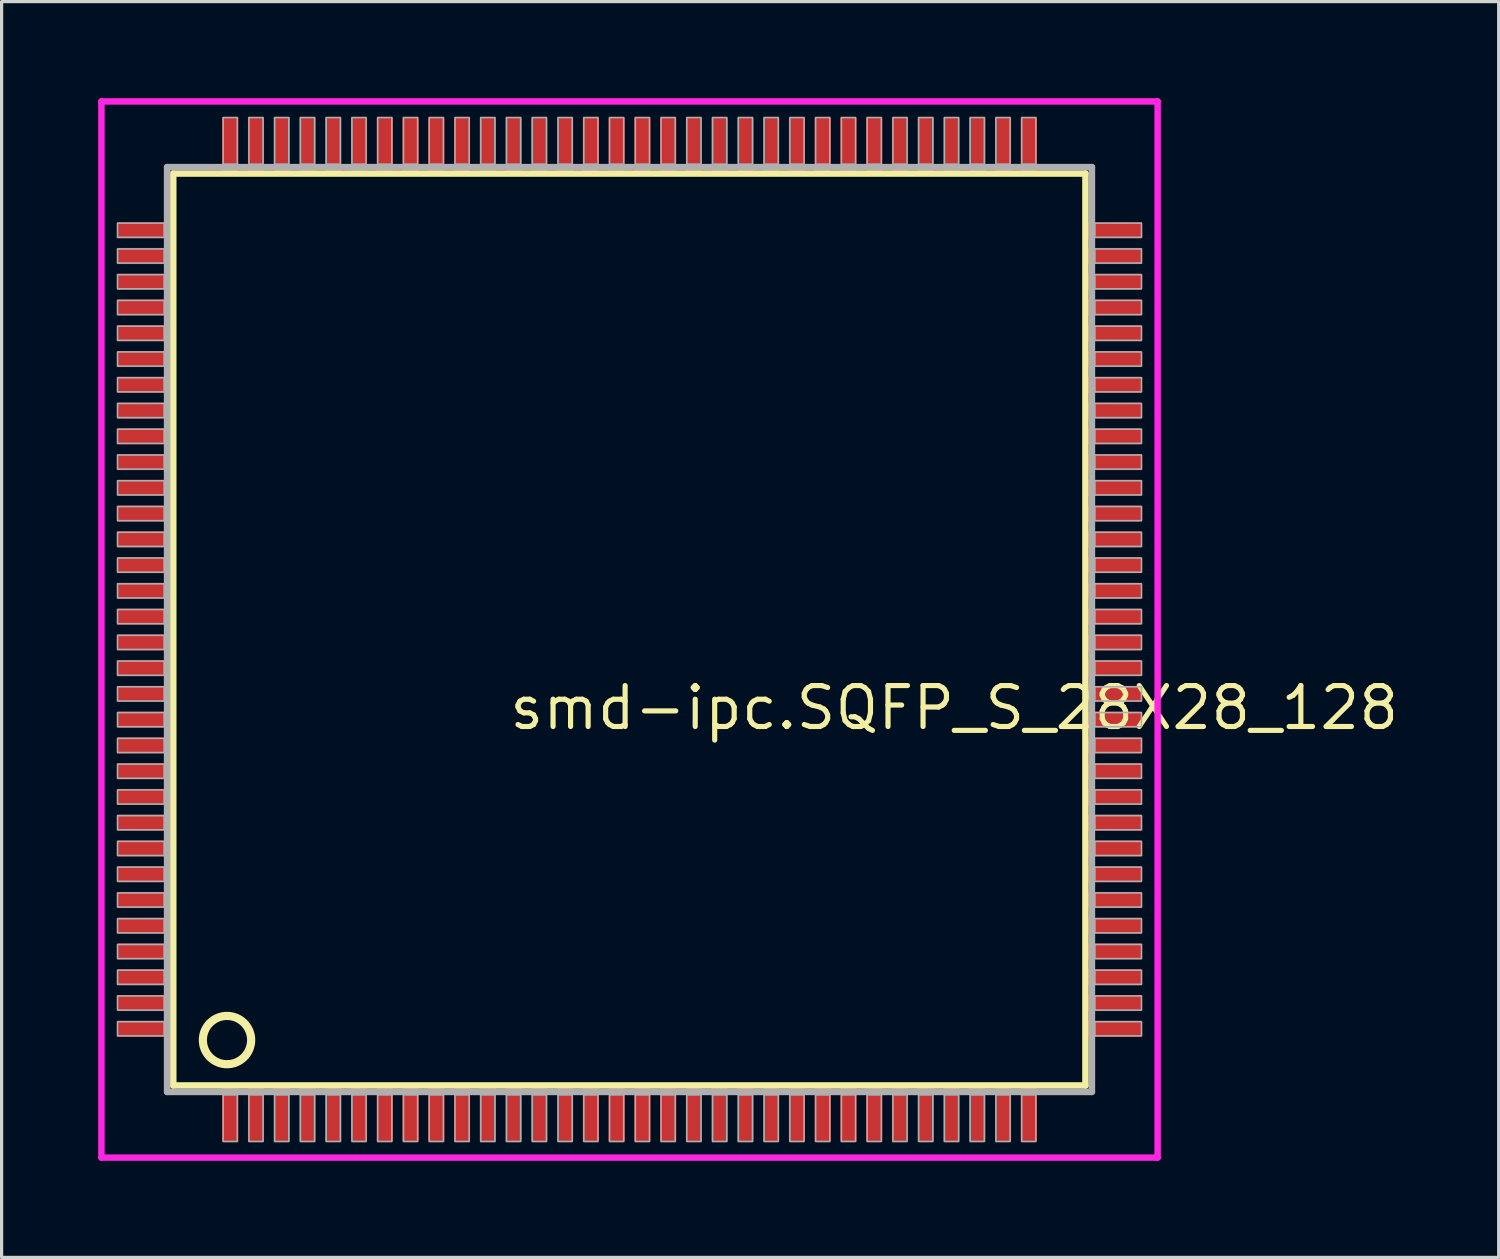
<source format=kicad_pcb>
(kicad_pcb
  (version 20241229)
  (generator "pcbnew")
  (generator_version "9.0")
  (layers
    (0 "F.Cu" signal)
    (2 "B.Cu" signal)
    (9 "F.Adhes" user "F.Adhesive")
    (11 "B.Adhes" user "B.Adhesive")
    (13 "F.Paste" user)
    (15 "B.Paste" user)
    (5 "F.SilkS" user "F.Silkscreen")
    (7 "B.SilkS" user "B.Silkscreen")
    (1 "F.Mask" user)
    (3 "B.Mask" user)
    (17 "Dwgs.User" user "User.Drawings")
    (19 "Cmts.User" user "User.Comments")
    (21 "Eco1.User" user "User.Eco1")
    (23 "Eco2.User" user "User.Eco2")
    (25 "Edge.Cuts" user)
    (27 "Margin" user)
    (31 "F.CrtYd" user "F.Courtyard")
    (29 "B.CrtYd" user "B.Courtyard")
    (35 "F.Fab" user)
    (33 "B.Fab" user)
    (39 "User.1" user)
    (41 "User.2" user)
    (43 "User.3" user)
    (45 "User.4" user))
  (footprint "smd-ipc.SQFP_S_28X28_128"
    (layer "F.Cu")
    (at 16.5 16.5)
    (property "Reference" "smd-ipc.SQFP_S_28X28_128" (at -3.81 3.175 0) (layer "F.SilkS") (effects (font (size 1.27 1.27) (thickness 0.16)) (justify left bottom)))
    (attr smd)
    (fp_line (start -14.17 -14.16) (end 14.16 -14.16) (stroke (width 0.203) (type default)) (layer "F.SilkS"))
    (fp_line (start -14.17 14.16) (end -14.17 -14.16) (stroke (width 0.203) (type default)) (layer "F.SilkS"))
    (fp_line (start 14.16 -14.16) (end 14.16 14.16) (stroke (width 0.203) (type default)) (layer "F.SilkS"))
    (fp_line (start 14.16 14.16) (end -14.17 14.16) (stroke (width 0.203) (type default)) (layer "F.SilkS"))
    (fp_circle (center -12.5 12.75) (end -11.75 12.75) (stroke (width 0.254) (type default)) (fill no) (layer "F.SilkS"))
    (fp_line (start -16.4 -16.4) (end 16.4 -16.4) (stroke (width 0.2) (type default)) (layer "F.CrtYd"))
    (fp_line (start -16.4 16.4) (end -16.4 -16.4) (stroke (width 0.2) (type default)) (layer "F.CrtYd"))
    (fp_line (start 16.4 -16.4) (end 16.4 16.4) (stroke (width 0.2) (type default)) (layer "F.CrtYd"))
    (fp_line (start 16.4 16.4) (end -16.4 16.4) (stroke (width 0.2) (type default)) (layer "F.CrtYd"))
    (fp_line (start -14.36 -14.36) (end -14.36 14.36) (stroke (width 0.203) (type default)) (layer "F.Fab"))
    (fp_line (start -14.36 14.36) (end 14.36 14.36) (stroke (width 0.203) (type default)) (layer "F.Fab"))
    (fp_line (start 14.36 -14.36) (end -14.36 -14.36) (stroke (width 0.203) (type default)) (layer "F.Fab"))
    (fp_line (start 14.36 14.36) (end 14.36 -14.36) (stroke (width 0.203) (type default)) (layer "F.Fab"))
    (fp_rect (start -15.9 -12.18) (end -14.45 -12.62) (stroke (width 0.05) (type default)) (fill no) (layer "F.Fab"))
    (fp_rect (start -15.9 -11.38) (end -14.45 -11.82) (stroke (width 0.05) (type default)) (fill no) (layer "F.Fab"))
    (fp_rect (start -15.9 -10.58) (end -14.45 -11.02) (stroke (width 0.05) (type default)) (fill no) (layer "F.Fab"))
    (fp_rect (start -15.9 -9.78) (end -14.45 -10.22) (stroke (width 0.05) (type default)) (fill no) (layer "F.Fab"))
    (fp_rect (start -15.9 -8.98) (end -14.45 -9.42) (stroke (width 0.05) (type default)) (fill no) (layer "F.Fab"))
    (fp_rect (start -15.9 -8.18) (end -14.45 -8.62) (stroke (width 0.05) (type default)) (fill no) (layer "F.Fab"))
    (fp_rect (start -15.9 -7.38) (end -14.45 -7.82) (stroke (width 0.05) (type default)) (fill no) (layer "F.Fab"))
    (fp_rect (start -15.9 -6.58) (end -14.45 -7.02) (stroke (width 0.05) (type default)) (fill no) (layer "F.Fab"))
    (fp_rect (start -15.9 -5.78) (end -14.45 -6.22) (stroke (width 0.05) (type default)) (fill no) (layer "F.Fab"))
    (fp_rect (start -15.9 -4.98) (end -14.45 -5.42) (stroke (width 0.05) (type default)) (fill no) (layer "F.Fab"))
    (fp_rect (start -15.9 -4.18) (end -14.45 -4.62) (stroke (width 0.05) (type default)) (fill no) (layer "F.Fab"))
    (fp_rect (start -15.9 -3.38) (end -14.45 -3.82) (stroke (width 0.05) (type default)) (fill no) (layer "F.Fab"))
    (fp_rect (start -15.9 -2.58) (end -14.45 -3.02) (stroke (width 0.05) (type default)) (fill no) (layer "F.Fab"))
    (fp_rect (start -15.9 -1.78) (end -14.45 -2.22) (stroke (width 0.05) (type default)) (fill no) (layer "F.Fab"))
    (fp_rect (start -15.9 -0.98) (end -14.45 -1.42) (stroke (width 0.05) (type default)) (fill no) (layer "F.Fab"))
    (fp_rect (start -15.9 -0.18) (end -14.45 -0.62) (stroke (width 0.05) (type default)) (fill no) (layer "F.Fab"))
    (fp_rect (start -15.9 0.62) (end -14.45 0.18) (stroke (width 0.05) (type default)) (fill no) (layer "F.Fab"))
    (fp_rect (start -15.9 1.42) (end -14.45 0.98) (stroke (width 0.05) (type default)) (fill no) (layer "F.Fab"))
    (fp_rect (start -15.9 2.22) (end -14.45 1.78) (stroke (width 0.05) (type default)) (fill no) (layer "F.Fab"))
    (fp_rect (start -15.9 3.02) (end -14.45 2.58) (stroke (width 0.05) (type default)) (fill no) (layer "F.Fab"))
    (fp_rect (start -15.9 3.82) (end -14.45 3.38) (stroke (width 0.05) (type default)) (fill no) (layer "F.Fab"))
    (fp_rect (start -15.9 4.62) (end -14.45 4.18) (stroke (width 0.05) (type default)) (fill no) (layer "F.Fab"))
    (fp_rect (start -15.9 5.42) (end -14.45 4.98) (stroke (width 0.05) (type default)) (fill no) (layer "F.Fab"))
    (fp_rect (start -15.9 6.22) (end -14.45 5.78) (stroke (width 0.05) (type default)) (fill no) (layer "F.Fab"))
    (fp_rect (start -15.9 7.02) (end -14.45 6.58) (stroke (width 0.05) (type default)) (fill no) (layer "F.Fab"))
    (fp_rect (start -15.9 7.82) (end -14.45 7.38) (stroke (width 0.05) (type default)) (fill no) (layer "F.Fab"))
    (fp_rect (start -15.9 8.62) (end -14.45 8.18) (stroke (width 0.05) (type default)) (fill no) (layer "F.Fab"))
    (fp_rect (start -15.9 9.42) (end -14.45 8.98) (stroke (width 0.05) (type default)) (fill no) (layer "F.Fab"))
    (fp_rect (start -15.9 10.22) (end -14.45 9.78) (stroke (width 0.05) (type default)) (fill no) (layer "F.Fab"))
    (fp_rect (start -15.9 11.02) (end -14.45 10.58) (stroke (width 0.05) (type default)) (fill no) (layer "F.Fab"))
    (fp_rect (start -15.9 11.82) (end -14.45 11.38) (stroke (width 0.05) (type default)) (fill no) (layer "F.Fab"))
    (fp_rect (start -15.9 12.62) (end -14.45 12.18) (stroke (width 0.05) (type default)) (fill no) (layer "F.Fab"))
    (fp_rect (start -12.62 -14.45) (end -12.18 -15.9) (stroke (width 0.05) (type default)) (fill no) (layer "F.Fab"))
    (fp_rect (start -12.62 15.9) (end -12.18 14.45) (stroke (width 0.05) (type default)) (fill no) (layer "F.Fab"))
    (fp_rect (start -11.82 -14.45) (end -11.38 -15.9) (stroke (width 0.05) (type default)) (fill no) (layer "F.Fab"))
    (fp_rect (start -11.82 15.9) (end -11.38 14.45) (stroke (width 0.05) (type default)) (fill no) (layer "F.Fab"))
    (fp_rect (start -11.02 -14.45) (end -10.58 -15.9) (stroke (width 0.05) (type default)) (fill no) (layer "F.Fab"))
    (fp_rect (start -11.02 15.9) (end -10.58 14.45) (stroke (width 0.05) (type default)) (fill no) (layer "F.Fab"))
    (fp_rect (start -10.22 -14.45) (end -9.78 -15.9) (stroke (width 0.05) (type default)) (fill no) (layer "F.Fab"))
    (fp_rect (start -10.22 15.9) (end -9.78 14.45) (stroke (width 0.05) (type default)) (fill no) (layer "F.Fab"))
    (fp_rect (start -9.42 -14.45) (end -8.98 -15.9) (stroke (width 0.05) (type default)) (fill no) (layer "F.Fab"))
    (fp_rect (start -9.42 15.9) (end -8.98 14.45) (stroke (width 0.05) (type default)) (fill no) (layer "F.Fab"))
    (fp_rect (start -8.62 -14.45) (end -8.18 -15.9) (stroke (width 0.05) (type default)) (fill no) (layer "F.Fab"))
    (fp_rect (start -8.62 15.9) (end -8.18 14.45) (stroke (width 0.05) (type default)) (fill no) (layer "F.Fab"))
    (fp_rect (start -7.82 -14.45) (end -7.38 -15.9) (stroke (width 0.05) (type default)) (fill no) (layer "F.Fab"))
    (fp_rect (start -7.82 15.9) (end -7.38 14.45) (stroke (width 0.05) (type default)) (fill no) (layer "F.Fab"))
    (fp_rect (start -7.02 -14.45) (end -6.58 -15.9) (stroke (width 0.05) (type default)) (fill no) (layer "F.Fab"))
    (fp_rect (start -7.02 15.9) (end -6.58 14.45) (stroke (width 0.05) (type default)) (fill no) (layer "F.Fab"))
    (fp_rect (start -6.22 -14.45) (end -5.78 -15.9) (stroke (width 0.05) (type default)) (fill no) (layer "F.Fab"))
    (fp_rect (start -6.22 15.9) (end -5.78 14.45) (stroke (width 0.05) (type default)) (fill no) (layer "F.Fab"))
    (fp_rect (start -5.42 -14.45) (end -4.98 -15.9) (stroke (width 0.05) (type default)) (fill no) (layer "F.Fab"))
    (fp_rect (start -5.42 15.9) (end -4.98 14.45) (stroke (width 0.05) (type default)) (fill no) (layer "F.Fab"))
    (fp_rect (start -4.62 -14.45) (end -4.18 -15.9) (stroke (width 0.05) (type default)) (fill no) (layer "F.Fab"))
    (fp_rect (start -4.62 15.9) (end -4.18 14.45) (stroke (width 0.05) (type default)) (fill no) (layer "F.Fab"))
    (fp_rect (start -3.82 -14.45) (end -3.38 -15.9) (stroke (width 0.05) (type default)) (fill no) (layer "F.Fab"))
    (fp_rect (start -3.82 15.9) (end -3.38 14.45) (stroke (width 0.05) (type default)) (fill no) (layer "F.Fab"))
    (fp_rect (start -3.02 -14.45) (end -2.58 -15.9) (stroke (width 0.05) (type default)) (fill no) (layer "F.Fab"))
    (fp_rect (start -3.02 15.9) (end -2.58 14.45) (stroke (width 0.05) (type default)) (fill no) (layer "F.Fab"))
    (fp_rect (start -2.22 -14.45) (end -1.78 -15.9) (stroke (width 0.05) (type default)) (fill no) (layer "F.Fab"))
    (fp_rect (start -2.22 15.9) (end -1.78 14.45) (stroke (width 0.05) (type default)) (fill no) (layer "F.Fab"))
    (fp_rect (start -1.42 -14.45) (end -0.98 -15.9) (stroke (width 0.05) (type default)) (fill no) (layer "F.Fab"))
    (fp_rect (start -1.42 15.9) (end -0.98 14.45) (stroke (width 0.05) (type default)) (fill no) (layer "F.Fab"))
    (fp_rect (start -0.62 -14.45) (end -0.18 -15.9) (stroke (width 0.05) (type default)) (fill no) (layer "F.Fab"))
    (fp_rect (start -0.62 15.9) (end -0.18 14.45) (stroke (width 0.05) (type default)) (fill no) (layer "F.Fab"))
    (fp_rect (start 0.18 -14.45) (end 0.62 -15.9) (stroke (width 0.05) (type default)) (fill no) (layer "F.Fab"))
    (fp_rect (start 0.18 15.9) (end 0.62 14.45) (stroke (width 0.05) (type default)) (fill no) (layer "F.Fab"))
    (fp_rect (start 0.98 -14.45) (end 1.42 -15.9) (stroke (width 0.05) (type default)) (fill no) (layer "F.Fab"))
    (fp_rect (start 0.98 15.9) (end 1.42 14.45) (stroke (width 0.05) (type default)) (fill no) (layer "F.Fab"))
    (fp_rect (start 1.78 -14.45) (end 2.22 -15.9) (stroke (width 0.05) (type default)) (fill no) (layer "F.Fab"))
    (fp_rect (start 1.78 15.9) (end 2.22 14.45) (stroke (width 0.05) (type default)) (fill no) (layer "F.Fab"))
    (fp_rect (start 2.58 -14.45) (end 3.02 -15.9) (stroke (width 0.05) (type default)) (fill no) (layer "F.Fab"))
    (fp_rect (start 2.58 15.9) (end 3.02 14.45) (stroke (width 0.05) (type default)) (fill no) (layer "F.Fab"))
    (fp_rect (start 3.38 -14.45) (end 3.82 -15.9) (stroke (width 0.05) (type default)) (fill no) (layer "F.Fab"))
    (fp_rect (start 3.38 15.9) (end 3.82 14.45) (stroke (width 0.05) (type default)) (fill no) (layer "F.Fab"))
    (fp_rect (start 4.18 -14.45) (end 4.62 -15.9) (stroke (width 0.05) (type default)) (fill no) (layer "F.Fab"))
    (fp_rect (start 4.18 15.9) (end 4.62 14.45) (stroke (width 0.05) (type default)) (fill no) (layer "F.Fab"))
    (fp_rect (start 4.98 -14.45) (end 5.42 -15.9) (stroke (width 0.05) (type default)) (fill no) (layer "F.Fab"))
    (fp_rect (start 4.98 15.9) (end 5.42 14.45) (stroke (width 0.05) (type default)) (fill no) (layer "F.Fab"))
    (fp_rect (start 5.78 -14.45) (end 6.22 -15.9) (stroke (width 0.05) (type default)) (fill no) (layer "F.Fab"))
    (fp_rect (start 5.78 15.9) (end 6.22 14.45) (stroke (width 0.05) (type default)) (fill no) (layer "F.Fab"))
    (fp_rect (start 6.58 -14.45) (end 7.02 -15.9) (stroke (width 0.05) (type default)) (fill no) (layer "F.Fab"))
    (fp_rect (start 6.58 15.9) (end 7.02 14.45) (stroke (width 0.05) (type default)) (fill no) (layer "F.Fab"))
    (fp_rect (start 7.38 -14.45) (end 7.82 -15.9) (stroke (width 0.05) (type default)) (fill no) (layer "F.Fab"))
    (fp_rect (start 7.38 15.9) (end 7.82 14.45) (stroke (width 0.05) (type default)) (fill no) (layer "F.Fab"))
    (fp_rect (start 8.18 -14.45) (end 8.62 -15.9) (stroke (width 0.05) (type default)) (fill no) (layer "F.Fab"))
    (fp_rect (start 8.18 15.9) (end 8.62 14.45) (stroke (width 0.05) (type default)) (fill no) (layer "F.Fab"))
    (fp_rect (start 8.98 -14.45) (end 9.42 -15.9) (stroke (width 0.05) (type default)) (fill no) (layer "F.Fab"))
    (fp_rect (start 8.98 15.9) (end 9.42 14.45) (stroke (width 0.05) (type default)) (fill no) (layer "F.Fab"))
    (fp_rect (start 9.78 -14.45) (end 10.22 -15.9) (stroke (width 0.05) (type default)) (fill no) (layer "F.Fab"))
    (fp_rect (start 9.78 15.9) (end 10.22 14.45) (stroke (width 0.05) (type default)) (fill no) (layer "F.Fab"))
    (fp_rect (start 10.58 -14.45) (end 11.02 -15.9) (stroke (width 0.05) (type default)) (fill no) (layer "F.Fab"))
    (fp_rect (start 10.58 15.9) (end 11.02 14.45) (stroke (width 0.05) (type default)) (fill no) (layer "F.Fab"))
    (fp_rect (start 11.38 -14.45) (end 11.82 -15.9) (stroke (width 0.05) (type default)) (fill no) (layer "F.Fab"))
    (fp_rect (start 11.38 15.9) (end 11.82 14.45) (stroke (width 0.05) (type default)) (fill no) (layer "F.Fab"))
    (fp_rect (start 12.18 -14.45) (end 12.62 -15.9) (stroke (width 0.05) (type default)) (fill no) (layer "F.Fab"))
    (fp_rect (start 12.18 15.9) (end 12.62 14.45) (stroke (width 0.05) (type default)) (fill no) (layer "F.Fab"))
    (fp_rect (start 14.45 -12.18) (end 15.9 -12.62) (stroke (width 0.05) (type default)) (fill no) (layer "F.Fab"))
    (fp_rect (start 14.45 -11.38) (end 15.9 -11.82) (stroke (width 0.05) (type default)) (fill no) (layer "F.Fab"))
    (fp_rect (start 14.45 -10.58) (end 15.9 -11.02) (stroke (width 0.05) (type default)) (fill no) (layer "F.Fab"))
    (fp_rect (start 14.45 -9.78) (end 15.9 -10.22) (stroke (width 0.05) (type default)) (fill no) (layer "F.Fab"))
    (fp_rect (start 14.45 -8.98) (end 15.9 -9.42) (stroke (width 0.05) (type default)) (fill no) (layer "F.Fab"))
    (fp_rect (start 14.45 -8.18) (end 15.9 -8.62) (stroke (width 0.05) (type default)) (fill no) (layer "F.Fab"))
    (fp_rect (start 14.45 -7.38) (end 15.9 -7.82) (stroke (width 0.05) (type default)) (fill no) (layer "F.Fab"))
    (fp_rect (start 14.45 -6.58) (end 15.9 -7.02) (stroke (width 0.05) (type default)) (fill no) (layer "F.Fab"))
    (fp_rect (start 14.45 -5.78) (end 15.9 -6.22) (stroke (width 0.05) (type default)) (fill no) (layer "F.Fab"))
    (fp_rect (start 14.45 -4.98) (end 15.9 -5.42) (stroke (width 0.05) (type default)) (fill no) (layer "F.Fab"))
    (fp_rect (start 14.45 -4.18) (end 15.9 -4.62) (stroke (width 0.05) (type default)) (fill no) (layer "F.Fab"))
    (fp_rect (start 14.45 -3.38) (end 15.9 -3.82) (stroke (width 0.05) (type default)) (fill no) (layer "F.Fab"))
    (fp_rect (start 14.45 -2.58) (end 15.9 -3.02) (stroke (width 0.05) (type default)) (fill no) (layer "F.Fab"))
    (fp_rect (start 14.45 -1.78) (end 15.9 -2.22) (stroke (width 0.05) (type default)) (fill no) (layer "F.Fab"))
    (fp_rect (start 14.45 -0.98) (end 15.9 -1.42) (stroke (width 0.05) (type default)) (fill no) (layer "F.Fab"))
    (fp_rect (start 14.45 -0.18) (end 15.9 -0.62) (stroke (width 0.05) (type default)) (fill no) (layer "F.Fab"))
    (fp_rect (start 14.45 0.62) (end 15.9 0.18) (stroke (width 0.05) (type default)) (fill no) (layer "F.Fab"))
    (fp_rect (start 14.45 1.42) (end 15.9 0.98) (stroke (width 0.05) (type default)) (fill no) (layer "F.Fab"))
    (fp_rect (start 14.45 2.22) (end 15.9 1.78) (stroke (width 0.05) (type default)) (fill no) (layer "F.Fab"))
    (fp_rect (start 14.45 3.02) (end 15.9 2.58) (stroke (width 0.05) (type default)) (fill no) (layer "F.Fab"))
    (fp_rect (start 14.45 3.82) (end 15.9 3.38) (stroke (width 0.05) (type default)) (fill no) (layer "F.Fab"))
    (fp_rect (start 14.45 4.62) (end 15.9 4.18) (stroke (width 0.05) (type default)) (fill no) (layer "F.Fab"))
    (fp_rect (start 14.45 5.42) (end 15.9 4.98) (stroke (width 0.05) (type default)) (fill no) (layer "F.Fab"))
    (fp_rect (start 14.45 6.22) (end 15.9 5.78) (stroke (width 0.05) (type default)) (fill no) (layer "F.Fab"))
    (fp_rect (start 14.45 7.02) (end 15.9 6.58) (stroke (width 0.05) (type default)) (fill no) (layer "F.Fab"))
    (fp_rect (start 14.45 7.82) (end 15.9 7.38) (stroke (width 0.05) (type default)) (fill no) (layer "F.Fab"))
    (fp_rect (start 14.45 8.62) (end 15.9 8.18) (stroke (width 0.05) (type default)) (fill no) (layer "F.Fab"))
    (fp_rect (start 14.45 9.42) (end 15.9 8.98) (stroke (width 0.05) (type default)) (fill no) (layer "F.Fab"))
    (fp_rect (start 14.45 10.22) (end 15.9 9.78) (stroke (width 0.05) (type default)) (fill no) (layer "F.Fab"))
    (fp_rect (start 14.45 11.02) (end 15.9 10.58) (stroke (width 0.05) (type default)) (fill no) (layer "F.Fab"))
    (fp_rect (start 14.45 11.82) (end 15.9 11.38) (stroke (width 0.05) (type default)) (fill no) (layer "F.Fab"))
    (fp_rect (start 14.45 12.62) (end 15.9 12.18) (stroke (width 0.05) (type default)) (fill no) (layer "F.Fab"))
    (pad "1" smd roundrect (at -12.4 15) (size 0.5 1.8) (layers "F.Cu" "F.Mask" "F.Paste") (roundrect_rratio 0.01))
    (pad "2" smd roundrect (at -11.6 15) (size 0.5 1.8) (layers "F.Cu" "F.Mask" "F.Paste") (roundrect_rratio 0.01))
    (pad "3" smd roundrect (at -10.8 15) (size 0.5 1.8) (layers "F.Cu" "F.Mask" "F.Paste") (roundrect_rratio 0.01))
    (pad "4" smd roundrect (at -10 15) (size 0.5 1.8) (layers "F.Cu" "F.Mask" "F.Paste") (roundrect_rratio 0.01))
    (pad "5" smd roundrect (at -9.2 15) (size 0.5 1.8) (layers "F.Cu" "F.Mask" "F.Paste") (roundrect_rratio 0.01))
    (pad "6" smd roundrect (at -8.4 15) (size 0.5 1.8) (layers "F.Cu" "F.Mask" "F.Paste") (roundrect_rratio 0.01))
    (pad "7" smd roundrect (at -7.6 15) (size 0.5 1.8) (layers "F.Cu" "F.Mask" "F.Paste") (roundrect_rratio 0.01))
    (pad "8" smd roundrect (at -6.8 15) (size 0.5 1.8) (layers "F.Cu" "F.Mask" "F.Paste") (roundrect_rratio 0.01))
    (pad "9" smd roundrect (at -6 15) (size 0.5 1.8) (layers "F.Cu" "F.Mask" "F.Paste") (roundrect_rratio 0.01))
    (pad "10" smd roundrect (at -5.2 15) (size 0.5 1.8) (layers "F.Cu" "F.Mask" "F.Paste") (roundrect_rratio 0.01))
    (pad "11" smd roundrect (at -4.4 15) (size 0.5 1.8) (layers "F.Cu" "F.Mask" "F.Paste") (roundrect_rratio 0.01))
    (pad "12" smd roundrect (at -3.6 15) (size 0.5 1.8) (layers "F.Cu" "F.Mask" "F.Paste") (roundrect_rratio 0.01))
    (pad "13" smd roundrect (at -2.8 15) (size 0.5 1.8) (layers "F.Cu" "F.Mask" "F.Paste") (roundrect_rratio 0.01))
    (pad "14" smd roundrect (at -2 15) (size 0.5 1.8) (layers "F.Cu" "F.Mask" "F.Paste") (roundrect_rratio 0.01))
    (pad "15" smd roundrect (at -1.2 15) (size 0.5 1.8) (layers "F.Cu" "F.Mask" "F.Paste") (roundrect_rratio 0.01))
    (pad "16" smd roundrect (at -0.4 15) (size 0.5 1.8) (layers "F.Cu" "F.Mask" "F.Paste") (roundrect_rratio 0.01))
    (pad "17" smd roundrect (at 0.4 15) (size 0.5 1.8) (layers "F.Cu" "F.Mask" "F.Paste") (roundrect_rratio 0.01))
    (pad "18" smd roundrect (at 1.2 15) (size 0.5 1.8) (layers "F.Cu" "F.Mask" "F.Paste") (roundrect_rratio 0.01))
    (pad "19" smd roundrect (at 2 15) (size 0.5 1.8) (layers "F.Cu" "F.Mask" "F.Paste") (roundrect_rratio 0.01))
    (pad "20" smd roundrect (at 2.8 15) (size 0.5 1.8) (layers "F.Cu" "F.Mask" "F.Paste") (roundrect_rratio 0.01))
    (pad "21" smd roundrect (at 3.6 15) (size 0.5 1.8) (layers "F.Cu" "F.Mask" "F.Paste") (roundrect_rratio 0.01))
    (pad "22" smd roundrect (at 4.4 15) (size 0.5 1.8) (layers "F.Cu" "F.Mask" "F.Paste") (roundrect_rratio 0.01))
    (pad "23" smd roundrect (at 5.2 15) (size 0.5 1.8) (layers "F.Cu" "F.Mask" "F.Paste") (roundrect_rratio 0.01))
    (pad "24" smd roundrect (at 6 15) (size 0.5 1.8) (layers "F.Cu" "F.Mask" "F.Paste") (roundrect_rratio 0.01))
    (pad "25" smd roundrect (at 6.8 15) (size 0.5 1.8) (layers "F.Cu" "F.Mask" "F.Paste") (roundrect_rratio 0.01))
    (pad "26" smd roundrect (at 7.6 15) (size 0.5 1.8) (layers "F.Cu" "F.Mask" "F.Paste") (roundrect_rratio 0.01))
    (pad "27" smd roundrect (at 8.4 15) (size 0.5 1.8) (layers "F.Cu" "F.Mask" "F.Paste") (roundrect_rratio 0.01))
    (pad "28" smd roundrect (at 9.2 15) (size 0.5 1.8) (layers "F.Cu" "F.Mask" "F.Paste") (roundrect_rratio 0.01))
    (pad "29" smd roundrect (at 10 15) (size 0.5 1.8) (layers "F.Cu" "F.Mask" "F.Paste") (roundrect_rratio 0.01))
    (pad "30" smd roundrect (at 10.8 15) (size 0.5 1.8) (layers "F.Cu" "F.Mask" "F.Paste") (roundrect_rratio 0.01))
    (pad "31" smd roundrect (at 11.6 15) (size 0.5 1.8) (layers "F.Cu" "F.Mask" "F.Paste") (roundrect_rratio 0.01))
    (pad "32" smd roundrect (at 12.4 15) (size 0.5 1.8) (layers "F.Cu" "F.Mask" "F.Paste") (roundrect_rratio 0.01))
    (pad "33" smd roundrect (at 15 12.4) (size 1.8 0.5) (layers "F.Cu" "F.Mask" "F.Paste") (roundrect_rratio 0.01))
    (pad "34" smd roundrect (at 15 11.6) (size 1.8 0.5) (layers "F.Cu" "F.Mask" "F.Paste") (roundrect_rratio 0.01))
    (pad "35" smd roundrect (at 15 10.8) (size 1.8 0.5) (layers "F.Cu" "F.Mask" "F.Paste") (roundrect_rratio 0.01))
    (pad "36" smd roundrect (at 15 10) (size 1.8 0.5) (layers "F.Cu" "F.Mask" "F.Paste") (roundrect_rratio 0.01))
    (pad "37" smd roundrect (at 15 9.2) (size 1.8 0.5) (layers "F.Cu" "F.Mask" "F.Paste") (roundrect_rratio 0.01))
    (pad "38" smd roundrect (at 15 8.4) (size 1.8 0.5) (layers "F.Cu" "F.Mask" "F.Paste") (roundrect_rratio 0.01))
    (pad "39" smd roundrect (at 15 7.6) (size 1.8 0.5) (layers "F.Cu" "F.Mask" "F.Paste") (roundrect_rratio 0.01))
    (pad "40" smd roundrect (at 15 6.8) (size 1.8 0.5) (layers "F.Cu" "F.Mask" "F.Paste") (roundrect_rratio 0.01))
    (pad "41" smd roundrect (at 15 6) (size 1.8 0.5) (layers "F.Cu" "F.Mask" "F.Paste") (roundrect_rratio 0.01))
    (pad "42" smd roundrect (at 15 5.2) (size 1.8 0.5) (layers "F.Cu" "F.Mask" "F.Paste") (roundrect_rratio 0.01))
    (pad "43" smd roundrect (at 15 4.4) (size 1.8 0.5) (layers "F.Cu" "F.Mask" "F.Paste") (roundrect_rratio 0.01))
    (pad "44" smd roundrect (at 15 3.6) (size 1.8 0.5) (layers "F.Cu" "F.Mask" "F.Paste") (roundrect_rratio 0.01))
    (pad "45" smd roundrect (at 15 2.8) (size 1.8 0.5) (layers "F.Cu" "F.Mask" "F.Paste") (roundrect_rratio 0.01))
    (pad "46" smd roundrect (at 15 2) (size 1.8 0.5) (layers "F.Cu" "F.Mask" "F.Paste") (roundrect_rratio 0.01))
    (pad "47" smd roundrect (at 15 1.2) (size 1.8 0.5) (layers "F.Cu" "F.Mask" "F.Paste") (roundrect_rratio 0.01))
    (pad "48" smd roundrect (at 15 0.4) (size 1.8 0.5) (layers "F.Cu" "F.Mask" "F.Paste") (roundrect_rratio 0.01))
    (pad "49" smd roundrect (at 15 -0.4) (size 1.8 0.5) (layers "F.Cu" "F.Mask" "F.Paste") (roundrect_rratio 0.01))
    (pad "50" smd roundrect (at 15 -1.2) (size 1.8 0.5) (layers "F.Cu" "F.Mask" "F.Paste") (roundrect_rratio 0.01))
    (pad "51" smd roundrect (at 15 -2) (size 1.8 0.5) (layers "F.Cu" "F.Mask" "F.Paste") (roundrect_rratio 0.01))
    (pad "52" smd roundrect (at 15 -2.8) (size 1.8 0.5) (layers "F.Cu" "F.Mask" "F.Paste") (roundrect_rratio 0.01))
    (pad "53" smd roundrect (at 15 -3.6) (size 1.8 0.5) (layers "F.Cu" "F.Mask" "F.Paste") (roundrect_rratio 0.01))
    (pad "54" smd roundrect (at 15 -4.4) (size 1.8 0.5) (layers "F.Cu" "F.Mask" "F.Paste") (roundrect_rratio 0.01))
    (pad "55" smd roundrect (at 15 -5.2) (size 1.8 0.5) (layers "F.Cu" "F.Mask" "F.Paste") (roundrect_rratio 0.01))
    (pad "56" smd roundrect (at 15 -6) (size 1.8 0.5) (layers "F.Cu" "F.Mask" "F.Paste") (roundrect_rratio 0.01))
    (pad "57" smd roundrect (at 15 -6.8) (size 1.8 0.5) (layers "F.Cu" "F.Mask" "F.Paste") (roundrect_rratio 0.01))
    (pad "58" smd roundrect (at 15 -7.6) (size 1.8 0.5) (layers "F.Cu" "F.Mask" "F.Paste") (roundrect_rratio 0.01))
    (pad "59" smd roundrect (at 15 -8.4) (size 1.8 0.5) (layers "F.Cu" "F.Mask" "F.Paste") (roundrect_rratio 0.01))
    (pad "60" smd roundrect (at 15 -9.2) (size 1.8 0.5) (layers "F.Cu" "F.Mask" "F.Paste") (roundrect_rratio 0.01))
    (pad "61" smd roundrect (at 15 -10) (size 1.8 0.5) (layers "F.Cu" "F.Mask" "F.Paste") (roundrect_rratio 0.01))
    (pad "62" smd roundrect (at 15 -10.8) (size 1.8 0.5) (layers "F.Cu" "F.Mask" "F.Paste") (roundrect_rratio 0.01))
    (pad "63" smd roundrect (at 15 -11.6) (size 1.8 0.5) (layers "F.Cu" "F.Mask" "F.Paste") (roundrect_rratio 0.01))
    (pad "64" smd roundrect (at 15 -12.4) (size 1.8 0.5) (layers "F.Cu" "F.Mask" "F.Paste") (roundrect_rratio 0.01))
    (pad "65" smd roundrect (at 12.4 -15) (size 0.5 1.8) (layers "F.Cu" "F.Mask" "F.Paste") (roundrect_rratio 0.01))
    (pad "66" smd roundrect (at 11.6 -15) (size 0.5 1.8) (layers "F.Cu" "F.Mask" "F.Paste") (roundrect_rratio 0.01))
    (pad "67" smd roundrect (at 10.8 -15) (size 0.5 1.8) (layers "F.Cu" "F.Mask" "F.Paste") (roundrect_rratio 0.01))
    (pad "68" smd roundrect (at 10 -15) (size 0.5 1.8) (layers "F.Cu" "F.Mask" "F.Paste") (roundrect_rratio 0.01))
    (pad "69" smd roundrect (at 9.2 -15) (size 0.5 1.8) (layers "F.Cu" "F.Mask" "F.Paste") (roundrect_rratio 0.01))
    (pad "70" smd roundrect (at 8.4 -15) (size 0.5 1.8) (layers "F.Cu" "F.Mask" "F.Paste") (roundrect_rratio 0.01))
    (pad "71" smd roundrect (at 7.6 -15) (size 0.5 1.8) (layers "F.Cu" "F.Mask" "F.Paste") (roundrect_rratio 0.01))
    (pad "72" smd roundrect (at 6.8 -15) (size 0.5 1.8) (layers "F.Cu" "F.Mask" "F.Paste") (roundrect_rratio 0.01))
    (pad "73" smd roundrect (at 6 -15) (size 0.5 1.8) (layers "F.Cu" "F.Mask" "F.Paste") (roundrect_rratio 0.01))
    (pad "74" smd roundrect (at 5.2 -15) (size 0.5 1.8) (layers "F.Cu" "F.Mask" "F.Paste") (roundrect_rratio 0.01))
    (pad "75" smd roundrect (at 4.4 -15) (size 0.5 1.8) (layers "F.Cu" "F.Mask" "F.Paste") (roundrect_rratio 0.01))
    (pad "76" smd roundrect (at 3.6 -15) (size 0.5 1.8) (layers "F.Cu" "F.Mask" "F.Paste") (roundrect_rratio 0.01))
    (pad "77" smd roundrect (at 2.8 -15) (size 0.5 1.8) (layers "F.Cu" "F.Mask" "F.Paste") (roundrect_rratio 0.01))
    (pad "78" smd roundrect (at 2 -15) (size 0.5 1.8) (layers "F.Cu" "F.Mask" "F.Paste") (roundrect_rratio 0.01))
    (pad "79" smd roundrect (at 1.2 -15) (size 0.5 1.8) (layers "F.Cu" "F.Mask" "F.Paste") (roundrect_rratio 0.01))
    (pad "80" smd roundrect (at 0.4 -15) (size 0.5 1.8) (layers "F.Cu" "F.Mask" "F.Paste") (roundrect_rratio 0.01))
    (pad "81" smd roundrect (at -0.4 -15) (size 0.5 1.8) (layers "F.Cu" "F.Mask" "F.Paste") (roundrect_rratio 0.01))
    (pad "82" smd roundrect (at -1.2 -15) (size 0.5 1.8) (layers "F.Cu" "F.Mask" "F.Paste") (roundrect_rratio 0.01))
    (pad "83" smd roundrect (at -2 -15) (size 0.5 1.8) (layers "F.Cu" "F.Mask" "F.Paste") (roundrect_rratio 0.01))
    (pad "84" smd roundrect (at -2.8 -15) (size 0.5 1.8) (layers "F.Cu" "F.Mask" "F.Paste") (roundrect_rratio 0.01))
    (pad "85" smd roundrect (at -3.6 -15) (size 0.5 1.8) (layers "F.Cu" "F.Mask" "F.Paste") (roundrect_rratio 0.01))
    (pad "86" smd roundrect (at -4.4 -15) (size 0.5 1.8) (layers "F.Cu" "F.Mask" "F.Paste") (roundrect_rratio 0.01))
    (pad "87" smd roundrect (at -5.2 -15) (size 0.5 1.8) (layers "F.Cu" "F.Mask" "F.Paste") (roundrect_rratio 0.01))
    (pad "88" smd roundrect (at -6 -15) (size 0.5 1.8) (layers "F.Cu" "F.Mask" "F.Paste") (roundrect_rratio 0.01))
    (pad "89" smd roundrect (at -6.8 -15) (size 0.5 1.8) (layers "F.Cu" "F.Mask" "F.Paste") (roundrect_rratio 0.01))
    (pad "90" smd roundrect (at -7.6 -15) (size 0.5 1.8) (layers "F.Cu" "F.Mask" "F.Paste") (roundrect_rratio 0.01))
    (pad "91" smd roundrect (at -8.4 -15) (size 0.5 1.8) (layers "F.Cu" "F.Mask" "F.Paste") (roundrect_rratio 0.01))
    (pad "92" smd roundrect (at -9.2 -15) (size 0.5 1.8) (layers "F.Cu" "F.Mask" "F.Paste") (roundrect_rratio 0.01))
    (pad "93" smd roundrect (at -10 -15) (size 0.5 1.8) (layers "F.Cu" "F.Mask" "F.Paste") (roundrect_rratio 0.01))
    (pad "94" smd roundrect (at -10.8 -15) (size 0.5 1.8) (layers "F.Cu" "F.Mask" "F.Paste") (roundrect_rratio 0.01))
    (pad "95" smd roundrect (at -11.6 -15) (size 0.5 1.8) (layers "F.Cu" "F.Mask" "F.Paste") (roundrect_rratio 0.01))
    (pad "96" smd roundrect (at -12.4 -15) (size 0.5 1.8) (layers "F.Cu" "F.Mask" "F.Paste") (roundrect_rratio 0.01))
    (pad "97" smd roundrect (at -15 -12.4) (size 1.8 0.5) (layers "F.Cu" "F.Mask" "F.Paste") (roundrect_rratio 0.01))
    (pad "98" smd roundrect (at -15 -11.6) (size 1.8 0.5) (layers "F.Cu" "F.Mask" "F.Paste") (roundrect_rratio 0.01))
    (pad "99" smd roundrect (at -15 -10.8) (size 1.8 0.5) (layers "F.Cu" "F.Mask" "F.Paste") (roundrect_rratio 0.01))
    (pad "100" smd roundrect (at -15 -10) (size 1.8 0.5) (layers "F.Cu" "F.Mask" "F.Paste") (roundrect_rratio 0.01))
    (pad "101" smd roundrect (at -15 -9.2) (size 1.8 0.5) (layers "F.Cu" "F.Mask" "F.Paste") (roundrect_rratio 0.01))
    (pad "102" smd roundrect (at -15 -8.4) (size 1.8 0.5) (layers "F.Cu" "F.Mask" "F.Paste") (roundrect_rratio 0.01))
    (pad "103" smd roundrect (at -15 -7.6) (size 1.8 0.5) (layers "F.Cu" "F.Mask" "F.Paste") (roundrect_rratio 0.01))
    (pad "104" smd roundrect (at -15 -6.8) (size 1.8 0.5) (layers "F.Cu" "F.Mask" "F.Paste") (roundrect_rratio 0.01))
    (pad "105" smd roundrect (at -15 -6) (size 1.8 0.5) (layers "F.Cu" "F.Mask" "F.Paste") (roundrect_rratio 0.01))
    (pad "106" smd roundrect (at -15 -5.2) (size 1.8 0.5) (layers "F.Cu" "F.Mask" "F.Paste") (roundrect_rratio 0.01))
    (pad "107" smd roundrect (at -15 -4.4) (size 1.8 0.5) (layers "F.Cu" "F.Mask" "F.Paste") (roundrect_rratio 0.01))
    (pad "108" smd roundrect (at -15 -3.6) (size 1.8 0.5) (layers "F.Cu" "F.Mask" "F.Paste") (roundrect_rratio 0.01))
    (pad "109" smd roundrect (at -15 -2.8) (size 1.8 0.5) (layers "F.Cu" "F.Mask" "F.Paste") (roundrect_rratio 0.01))
    (pad "110" smd roundrect (at -15 -2) (size 1.8 0.5) (layers "F.Cu" "F.Mask" "F.Paste") (roundrect_rratio 0.01))
    (pad "111" smd roundrect (at -15 -1.2) (size 1.8 0.5) (layers "F.Cu" "F.Mask" "F.Paste") (roundrect_rratio 0.01))
    (pad "112" smd roundrect (at -15 -0.4) (size 1.8 0.5) (layers "F.Cu" "F.Mask" "F.Paste") (roundrect_rratio 0.01))
    (pad "113" smd roundrect (at -15 0.4) (size 1.8 0.5) (layers "F.Cu" "F.Mask" "F.Paste") (roundrect_rratio 0.01))
    (pad "114" smd roundrect (at -15 1.2) (size 1.8 0.5) (layers "F.Cu" "F.Mask" "F.Paste") (roundrect_rratio 0.01))
    (pad "115" smd roundrect (at -15 2) (size 1.8 0.5) (layers "F.Cu" "F.Mask" "F.Paste") (roundrect_rratio 0.01))
    (pad "116" smd roundrect (at -15 2.8) (size 1.8 0.5) (layers "F.Cu" "F.Mask" "F.Paste") (roundrect_rratio 0.01))
    (pad "117" smd roundrect (at -15 3.6) (size 1.8 0.5) (layers "F.Cu" "F.Mask" "F.Paste") (roundrect_rratio 0.01))
    (pad "118" smd roundrect (at -15 4.4) (size 1.8 0.5) (layers "F.Cu" "F.Mask" "F.Paste") (roundrect_rratio 0.01))
    (pad "119" smd roundrect (at -15 5.2) (size 1.8 0.5) (layers "F.Cu" "F.Mask" "F.Paste") (roundrect_rratio 0.01))
    (pad "120" smd roundrect (at -15 6) (size 1.8 0.5) (layers "F.Cu" "F.Mask" "F.Paste") (roundrect_rratio 0.01))
    (pad "121" smd roundrect (at -15 6.8) (size 1.8 0.5) (layers "F.Cu" "F.Mask" "F.Paste") (roundrect_rratio 0.01))
    (pad "122" smd roundrect (at -15 7.6) (size 1.8 0.5) (layers "F.Cu" "F.Mask" "F.Paste") (roundrect_rratio 0.01))
    (pad "123" smd roundrect (at -15 8.4) (size 1.8 0.5) (layers "F.Cu" "F.Mask" "F.Paste") (roundrect_rratio 0.01))
    (pad "124" smd roundrect (at -15 9.2) (size 1.8 0.5) (layers "F.Cu" "F.Mask" "F.Paste") (roundrect_rratio 0.01))
    (pad "125" smd roundrect (at -15 10) (size 1.8 0.5) (layers "F.Cu" "F.Mask" "F.Paste") (roundrect_rratio 0.01))
    (pad "126" smd roundrect (at -15 10.8) (size 1.8 0.5) (layers "F.Cu" "F.Mask" "F.Paste") (roundrect_rratio 0.01))
    (pad "127" smd roundrect (at -15 11.6) (size 1.8 0.5) (layers "F.Cu" "F.Mask" "F.Paste") (roundrect_rratio 0.01))
    (pad "128" smd roundrect (at -15 12.4) (size 1.8 0.5) (layers "F.Cu" "F.Mask" "F.Paste") (roundrect_rratio 0.01)))
  (gr_rect
    (start -3 -3)
    (end 43.493 36)
    (stroke (width 0.1) (type default))
    (fill no)
    (layer "Edge.Cuts")))
</source>
